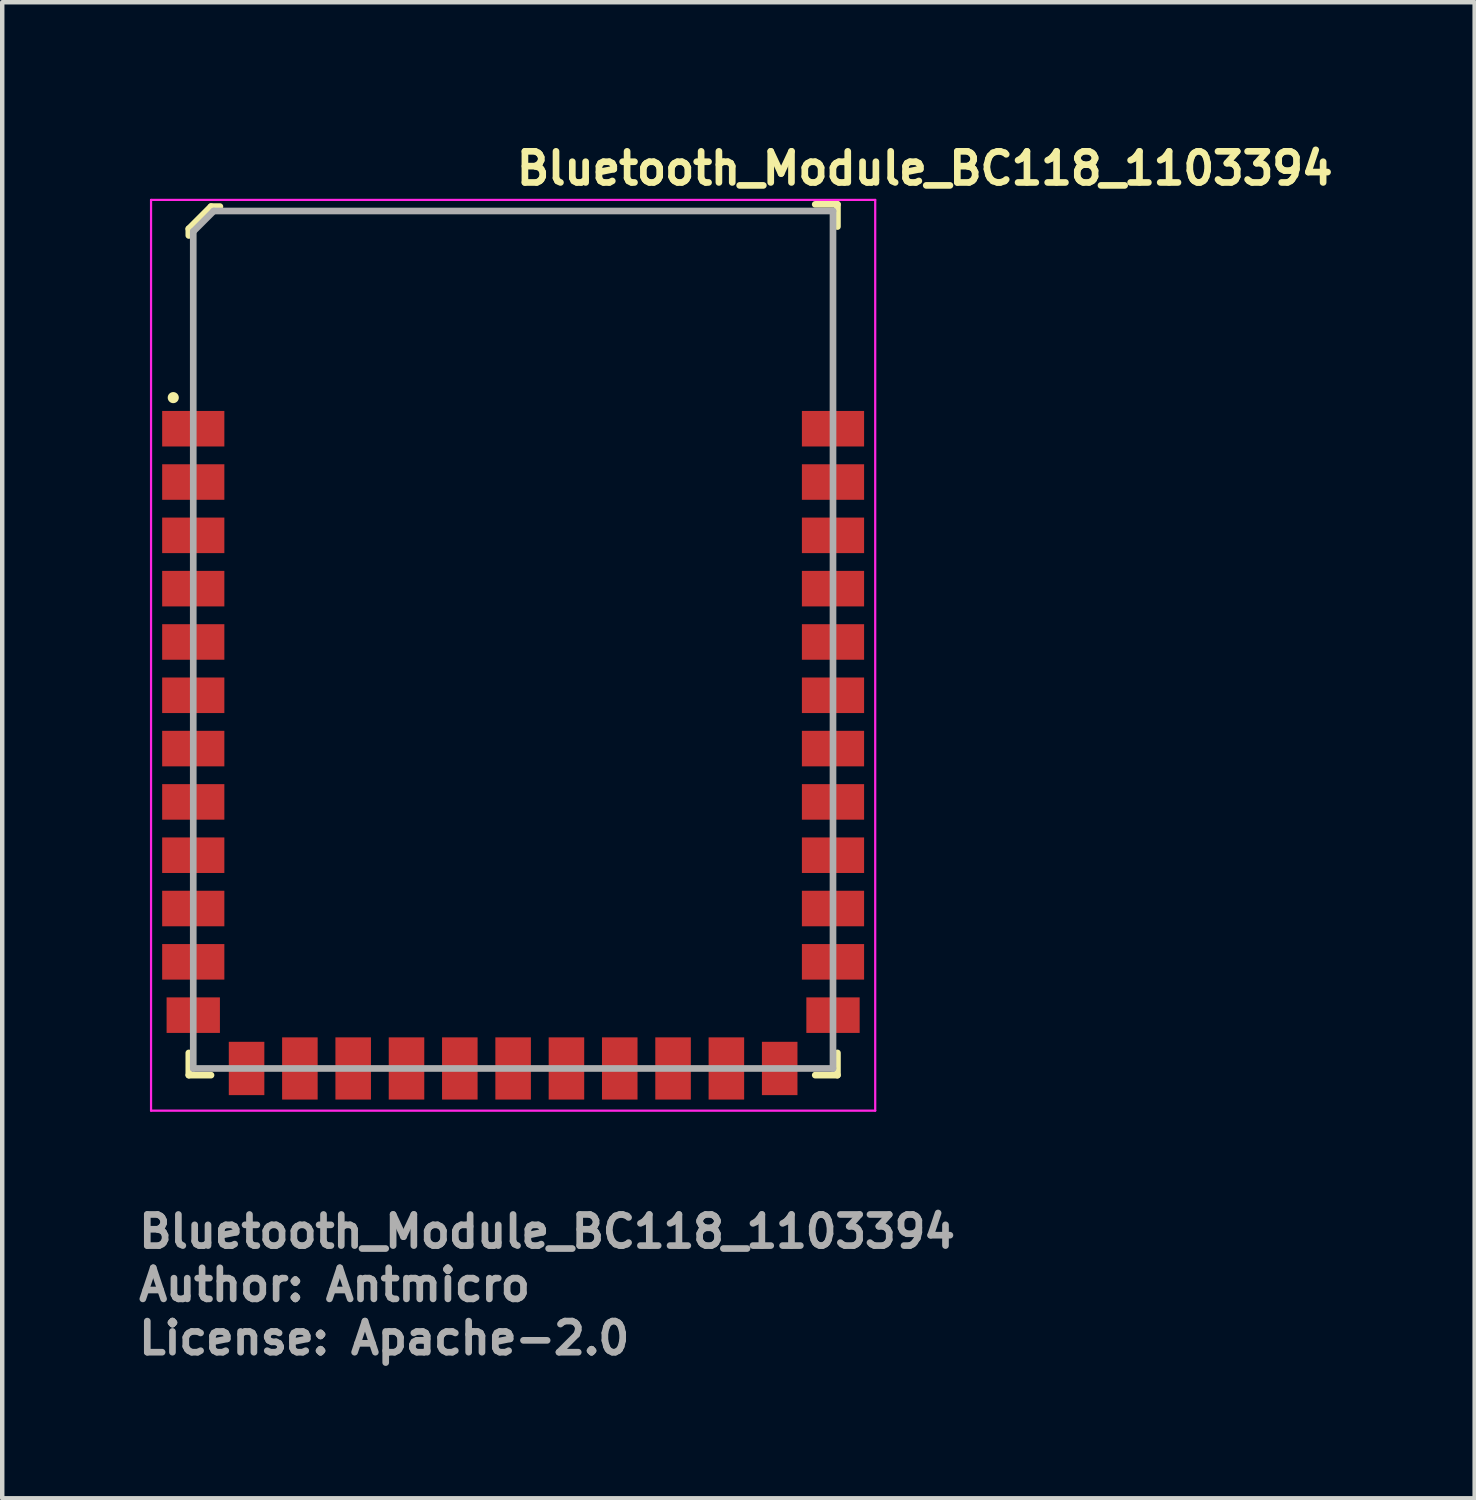
<source format=kicad_pcb>
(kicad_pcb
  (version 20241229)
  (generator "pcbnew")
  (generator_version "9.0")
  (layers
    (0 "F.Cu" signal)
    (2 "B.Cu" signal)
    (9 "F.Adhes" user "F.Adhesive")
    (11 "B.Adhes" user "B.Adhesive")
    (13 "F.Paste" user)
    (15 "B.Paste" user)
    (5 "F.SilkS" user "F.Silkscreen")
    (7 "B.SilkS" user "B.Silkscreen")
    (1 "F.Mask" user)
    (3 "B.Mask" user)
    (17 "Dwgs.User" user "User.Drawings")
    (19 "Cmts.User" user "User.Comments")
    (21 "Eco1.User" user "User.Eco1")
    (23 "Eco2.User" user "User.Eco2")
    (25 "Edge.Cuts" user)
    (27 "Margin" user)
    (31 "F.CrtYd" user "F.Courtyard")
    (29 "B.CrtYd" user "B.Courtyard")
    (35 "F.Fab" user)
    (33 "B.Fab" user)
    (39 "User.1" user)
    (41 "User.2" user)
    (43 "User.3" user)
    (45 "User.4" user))
  (footprint "Bluetooth_Module_BC118_1103394"
    (layer "F.Cu")
    (at 8.5 11.35)
    (property "Reference" "Bluetooth_Module_BC118_1103394" (at 0 -10.2 0) (layer "F.SilkS") (effects (font (size 0.7 0.7) (thickness 0.15)) (justify left bottom)))
    (attr smd)
    (fp_line (start -7.3 -9.25) (end -7.3 -9.1) (stroke (width 0.15) (type solid)) (layer "F.SilkS"))
    (fp_line (start -7.3 9.8) (end -7.3 9.3) (stroke (width 0.15) (type solid)) (layer "F.SilkS"))
    (fp_line (start -7.3 9.8) (end -6.8 9.8) (stroke (width 0.15) (type solid)) (layer "F.SilkS"))
    (fp_line (start -6.8 -9.75) (end -7.3 -9.25) (stroke (width 0.15) (type solid)) (layer "F.SilkS"))
    (fp_line (start -6.6 -9.75) (end -6.8 -9.75) (stroke (width 0.15) (type solid)) (layer "F.SilkS"))
    (fp_line (start 7.3 -9.8) (end 6.8 -9.8) (stroke (width 0.15) (type solid)) (layer "F.SilkS"))
    (fp_line (start 7.3 -9.8) (end 7.3 -9.3) (stroke (width 0.15) (type solid)) (layer "F.SilkS"))
    (fp_line (start 7.3 9.8) (end 6.8 9.8) (stroke (width 0.15) (type solid)) (layer "F.SilkS"))
    (fp_line (start 7.3 9.8) (end 7.3 9.3) (stroke (width 0.15) (type solid)) (layer "F.SilkS"))
    (fp_circle (center -7.65 -5.45) (end -7.6 -5.45) (stroke (width 0.15) (type solid)) (fill yes) (layer "F.SilkS"))
    (fp_line (start -8.15 -9.9) (end 8.15 -9.9) (stroke (width 0.05) (type solid)) (layer "F.CrtYd"))
    (fp_line (start -8.15 10.6) (end -8.15 -9.9) (stroke (width 0.05) (type solid)) (layer "F.CrtYd"))
    (fp_line (start -8.15 10.6) (end 8.15 10.6) (stroke (width 0.05) (type solid)) (layer "F.CrtYd"))
    (fp_line (start 8.15 10.6) (end 8.15 -9.9) (stroke (width 0.05) (type solid)) (layer "F.CrtYd"))
    (fp_line (start -7.2 -9.19) (end -7.2 9.65) (stroke (width 0.15) (type solid)) (layer "F.Fab"))
    (fp_line (start -7.2 -9.19) (end -6.74 -9.65) (stroke (width 0.15) (type solid)) (layer "F.Fab"))
    (fp_line (start -7.2 9.65) (end 7.2 9.65) (stroke (width 0.15) (type solid)) (layer "F.Fab"))
    (fp_line (start -6.74 -9.65) (end 7.2 -9.65) (stroke (width 0.15) (type solid)) (layer "F.Fab"))
    (fp_line (start 7.2 -9.65) (end 7.2 9.65) (stroke (width 0.15) (type solid)) (layer "F.Fab"))
    (fp_line (start -7.2 -9.7) (end 7.2 -9.7) (stroke (width 0.1) (type solid)) (layer "User.9"))
    (fp_line (start -7.2 9.6) (end -7.2 -9.7) (stroke (width 0.1) (type solid)) (layer "User.9"))
    (fp_line (start -6.5 -5.1) (end 6.5 -5.1) (stroke (width 0.1) (type solid)) (layer "User.9"))
    (fp_line (start -6.5 8.9) (end -6.5 -5.1) (stroke (width 0.1) (type solid)) (layer "User.9"))
    (fp_line (start -6.5 8.9) (end 6.5 8.9) (stroke (width 0.1) (type solid)) (layer "User.9"))
    (fp_line (start 6.5 8.9) (end 6.5 -5.1) (stroke (width 0.1) (type solid)) (layer "User.9"))
    (fp_line (start 7.2 -9.7) (end 7.2 9.6) (stroke (width 0.1) (type solid)) (layer "User.9"))
    (fp_line (start 7.2 9.6) (end -7.2 9.6) (stroke (width 0.1) (type solid)) (layer "User.9"))
    (fp_text user "License: Apache-2.0" (at -8.5 16.13 0) (layer "F.Fab") (effects (font (size 0.7 0.7) (thickness 0.15)) (justify left bottom)))
    (fp_text user "Author: Antmicro" (at -8.5 14.93 0) (layer "F.Fab") (effects (font (size 0.7 0.7) (thickness 0.15)) (justify left bottom)))
    (fp_text user "${REFERENCE}" (at -8.5 13.73 0) (layer "F.Fab") (effects (font (size 0.7 0.7) (thickness 0.15)) (justify left bottom)))
    (pad "1" smd rect (at -7.2 -4.75) (size 1.4 0.8) (layers "F.Cu" "F.Mask" "F.Paste"))
    (pad "2" smd rect (at -7.2 -3.55) (size 1.4 0.8) (layers "F.Cu" "F.Mask" "F.Paste"))
    (pad "3" smd rect (at -7.2 -2.35) (size 1.4 0.8) (layers "F.Cu" "F.Mask" "F.Paste"))
    (pad "4" smd rect (at -7.2 -1.15) (size 1.4 0.8) (layers "F.Cu" "F.Mask" "F.Paste"))
    (pad "5" smd rect (at -7.2 0.05) (size 1.4 0.8) (layers "F.Cu" "F.Mask" "F.Paste"))
    (pad "6" smd rect (at -7.2 1.25) (size 1.4 0.8) (layers "F.Cu" "F.Mask" "F.Paste"))
    (pad "7" smd rect (at -7.2 2.45) (size 1.4 0.8) (layers "F.Cu" "F.Mask" "F.Paste"))
    (pad "8" smd rect (at -7.2 3.65) (size 1.4 0.8) (layers "F.Cu" "F.Mask" "F.Paste"))
    (pad "9" smd rect (at -7.2 4.85) (size 1.4 0.8) (layers "F.Cu" "F.Mask" "F.Paste"))
    (pad "10" smd rect (at -7.2 6.05) (size 1.4 0.8) (layers "F.Cu" "F.Mask" "F.Paste"))
    (pad "11" smd rect (at -7.2 7.25) (size 1.4 0.8) (layers "F.Cu" "F.Mask" "F.Paste"))
    (pad "12" smd rect (at -7.2 8.45) (size 1.2 0.8) (layers "F.Cu" "F.Mask" "F.Paste"))
    (pad "13" smd rect (at -6 9.65) (size 0.8 1.2) (layers "F.Cu" "F.Mask" "F.Paste"))
    (pad "14" smd rect (at -4.8 9.65) (size 0.8 1.4) (layers "F.Cu" "F.Mask" "F.Paste"))
    (pad "15" smd rect (at -3.6 9.65) (size 0.8 1.4) (layers "F.Cu" "F.Mask" "F.Paste"))
    (pad "16" smd rect (at -2.4 9.65) (size 0.8 1.4) (layers "F.Cu" "F.Mask" "F.Paste"))
    (pad "17" smd rect (at -1.2 9.65) (size 0.8 1.4) (layers "F.Cu" "F.Mask" "F.Paste"))
    (pad "18" smd rect (at 0 9.65) (size 0.8 1.4) (layers "F.Cu" "F.Mask" "F.Paste"))
    (pad "19" smd rect (at 1.2 9.65) (size 0.8 1.4) (layers "F.Cu" "F.Mask" "F.Paste"))
    (pad "20" smd rect (at 2.4 9.65) (size 0.8 1.4) (layers "F.Cu" "F.Mask" "F.Paste"))
    (pad "21" smd rect (at 3.6 9.65) (size 0.8 1.4) (layers "F.Cu" "F.Mask" "F.Paste"))
    (pad "22" smd rect (at 4.8 9.65) (size 0.8 1.4) (layers "F.Cu" "F.Mask" "F.Paste"))
    (pad "23" smd rect (at 6 9.65) (size 0.8 1.2) (layers "F.Cu" "F.Mask" "F.Paste"))
    (pad "24" smd rect (at 7.2 8.45) (size 1.2 0.8) (layers "F.Cu" "F.Mask" "F.Paste"))
    (pad "25" smd rect (at 7.2 7.25) (size 1.4 0.8) (layers "F.Cu" "F.Mask" "F.Paste"))
    (pad "26" smd rect (at 7.2 6.05) (size 1.4 0.8) (layers "F.Cu" "F.Mask" "F.Paste"))
    (pad "27" smd rect (at 7.2 4.85) (size 1.4 0.8) (layers "F.Cu" "F.Mask" "F.Paste"))
    (pad "28" smd rect (at 7.2 3.65) (size 1.4 0.8) (layers "F.Cu" "F.Mask" "F.Paste"))
    (pad "29" smd rect (at 7.2 2.45) (size 1.4 0.8) (layers "F.Cu" "F.Mask" "F.Paste"))
    (pad "30" smd rect (at 7.2 1.25) (size 1.4 0.8) (layers "F.Cu" "F.Mask" "F.Paste"))
    (pad "31" smd rect (at 7.2 0.05) (size 1.4 0.8) (layers "F.Cu" "F.Mask" "F.Paste"))
    (pad "32" smd rect (at 7.2 -1.15) (size 1.4 0.8) (layers "F.Cu" "F.Mask" "F.Paste"))
    (pad "33" smd rect (at 7.2 -2.35) (size 1.4 0.8) (layers "F.Cu" "F.Mask" "F.Paste"))
    (pad "34" smd rect (at 7.2 -3.55) (size 1.4 0.8) (layers "F.Cu" "F.Mask" "F.Paste"))
    (pad "35" smd rect (at 7.2 -4.75) (size 1.4 0.8) (layers "F.Cu" "F.Mask" "F.Paste")))
  (gr_rect
    (start -3 -3)
    (end 30.143 30.675)
    (stroke (width 0.1) (type default))
    (fill no)
    (layer "Edge.Cuts")))
</source>
